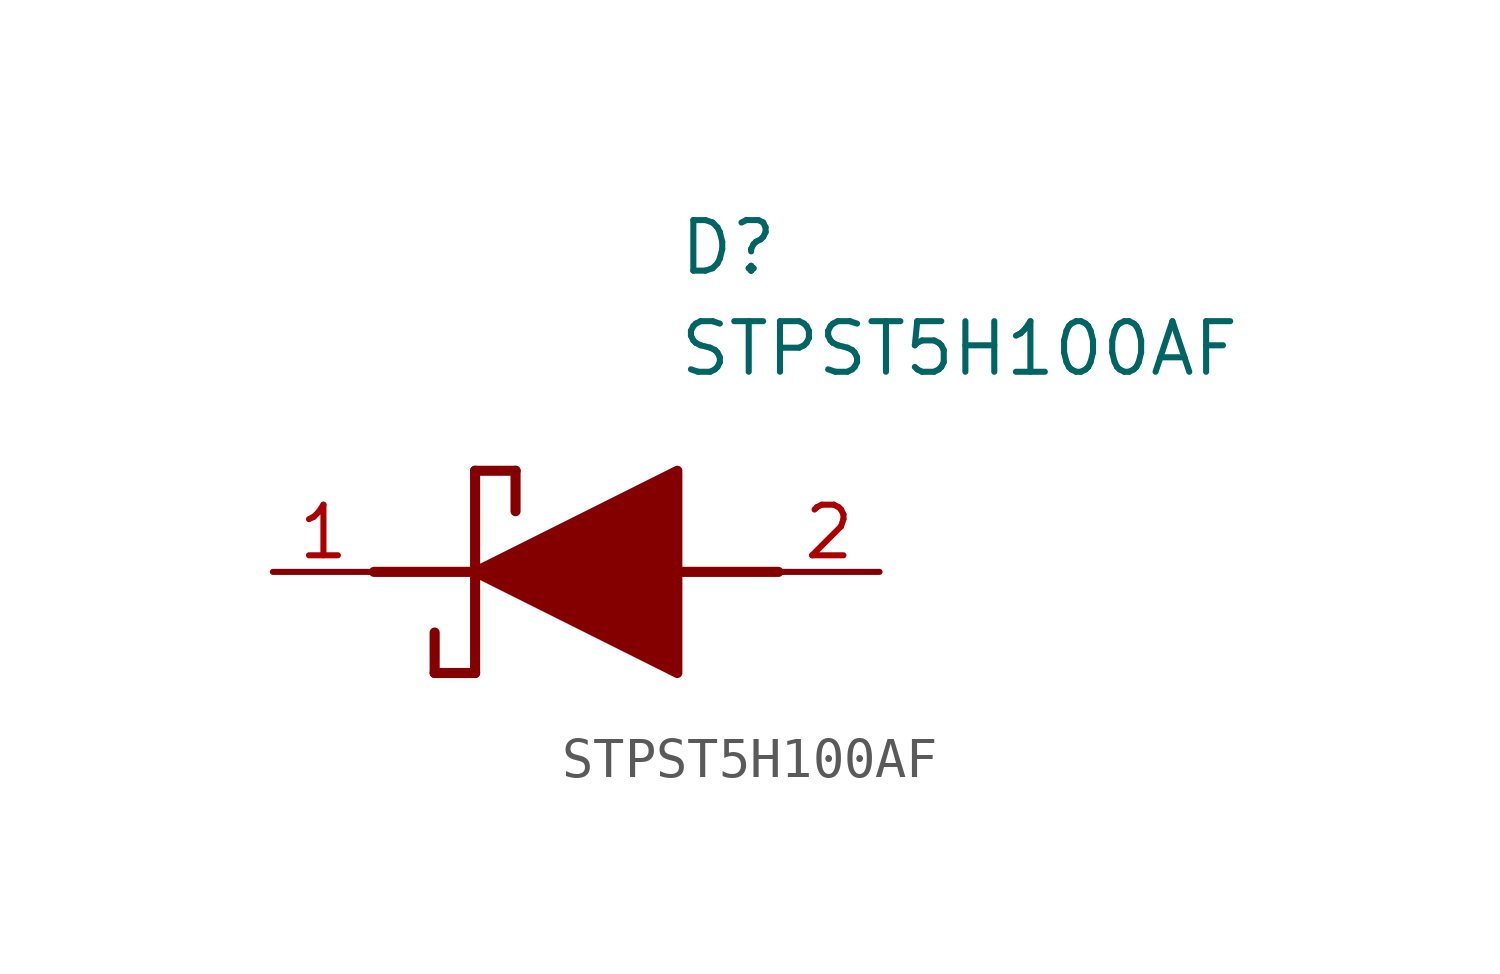
<source format=kicad_sym>
(kicad_symbol_lib
  (version 20211014)
  (generator SamacSys_ECAD_Model)
  (symbol "STPST5H100AF"
    (pin_names hide)
    (property "Reference" "D"
      (at 12.7 8.89 0)
      (effects (font (size 1.27 1.27)) (justify left top)))
    (property "Value" "STPST5H100AF"
      (at 12.7 6.35 0)
      (effects (font (size 1.27 1.27)) (justify left top)))
    (polyline
      (pts (xy 7.62 2.54) (xy 7.62 -2.54))
      (stroke (width 0.254) (type default))
      (fill (type none)))
    (polyline
      (pts (xy 7.62 2.54) (xy 8.636 2.54))
      (stroke (width 0.254) (type default))
      (fill (type none)))
    (polyline
      (pts (xy 8.636 1.524) (xy 8.636 2.54))
      (stroke (width 0.254) (type default))
      (fill (type none)))
    (polyline
      (pts (xy 7.62 -2.54) (xy 6.604 -2.54))
      (stroke (width 0.254) (type default))
      (fill (type none)))
    (polyline
      (pts (xy 6.604 -1.524) (xy 6.604 -2.54))
      (stroke (width 0.254) (type default))
      (fill (type none)))
    (polyline
      (pts (xy 5.08 0) (xy 7.62 0))
      (stroke (width 0.254) (type default))
      (fill (type none)))
    (polyline
      (pts (xy 12.7 0) (xy 15.24 0))
      (stroke (width 0.254) (type default))
      (fill (type none)))
    (polyline
      (pts (xy 7.62 0) (xy 12.7 2.54) (xy 12.7 -2.54) (xy 7.62 0))
      (stroke (width 0.254) (type default))
      (fill (type outline)))
    (pin passive line
      (at 2.54 0 0)
      (length 2.54)
      (name "K" (effects (font (size 1.27 1.27))))
      (number "1" (effects (font (size 1.27 1.27)))))
    (pin passive line
      (at 17.78 0 180)
      (length 2.54)
      (name "A" (effects (font (size 1.27 1.27))))
      (number "2" (effects (font (size 1.27 1.27)))))))
</source>
